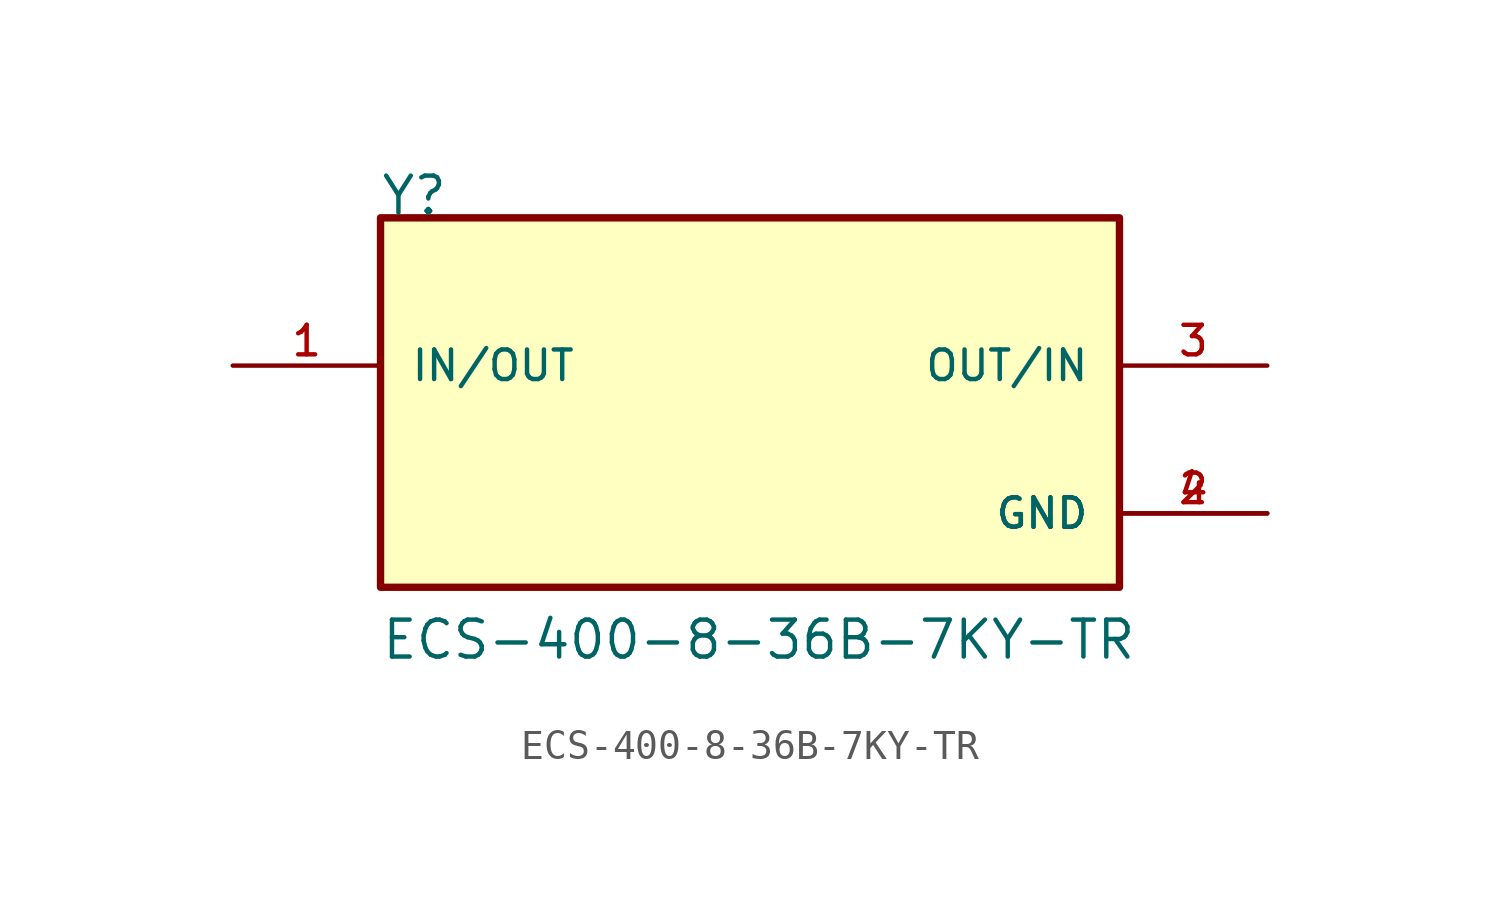
<source format=kicad_sym>
(kicad_symbol_lib
  (version 20211014)
  (generator kicad_symbol_editor)
  (symbol "ECS-400-8-36B-7KY-TR"
    (pin_names
      (offset 1.016))
    (property "Reference" "Y"
      (at -12.729 7.637 0)
      (effects (font (size 1.27 1.27)) (justify bottom left)))
    (property "Value" "ECS-400-8-36B-7KY-TR"
      (at -12.709 -7.625 0)
      (effects (font (size 1.27 1.27)) (justify bottom left)))
    (symbol "ECS-400-8-36B-7KY-TR_0_0"
      (rectangle (start -12.7 -5.08) (end 12.7 7.62) (stroke (width 0.254)) (fill (type background)))
      (pin bidirectional line (at 17.78 2.54 180.0) (length 5.08) (name "OUT/IN" (effects (font (size 1.016 1.016)))) (number "3" (effects (font (size 1.016 1.016)))))
      (pin bidirectional line (at -17.78 2.54 0) (length 5.08) (name "IN/OUT" (effects (font (size 1.016 1.016)))) (number "1" (effects (font (size 1.016 1.016)))))
      (pin power_in line (at 17.78 -2.54 180.0) (length 5.08) (name "GND" (effects (font (size 1.016 1.016)))) (number "2" (effects (font (size 1.016 1.016)))))
      (pin power_in line (at 17.78 -2.54 180.0) (length 5.08) (name "GND" (effects (font (size 1.016 1.016)))) (number "4" (effects (font (size 1.016 1.016))))))))
</source>
